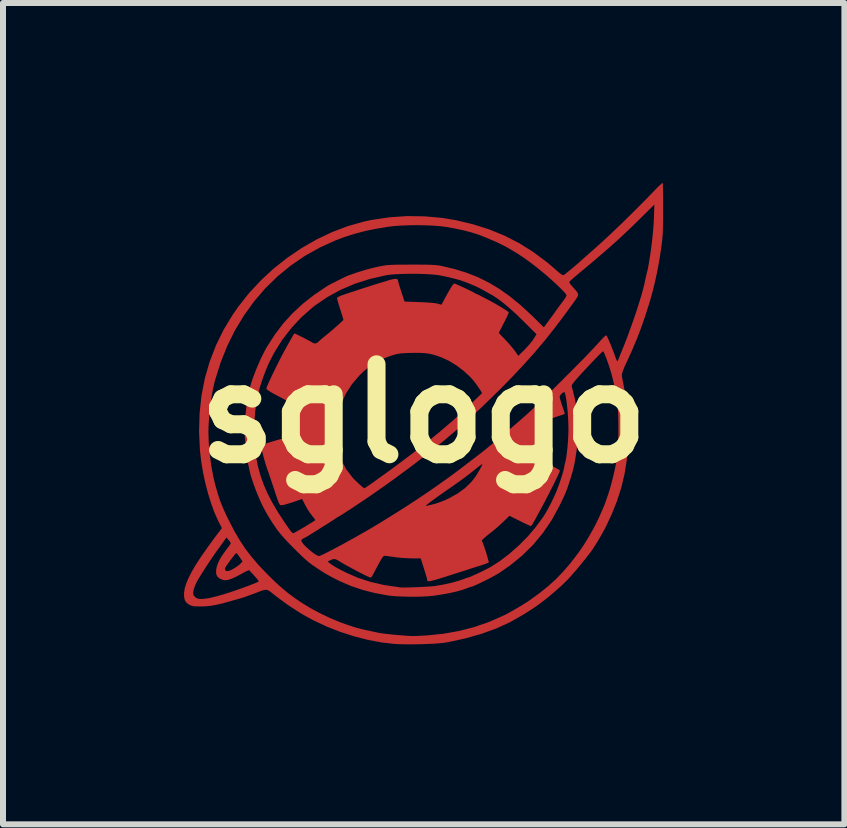
<source format=kicad_pcb>
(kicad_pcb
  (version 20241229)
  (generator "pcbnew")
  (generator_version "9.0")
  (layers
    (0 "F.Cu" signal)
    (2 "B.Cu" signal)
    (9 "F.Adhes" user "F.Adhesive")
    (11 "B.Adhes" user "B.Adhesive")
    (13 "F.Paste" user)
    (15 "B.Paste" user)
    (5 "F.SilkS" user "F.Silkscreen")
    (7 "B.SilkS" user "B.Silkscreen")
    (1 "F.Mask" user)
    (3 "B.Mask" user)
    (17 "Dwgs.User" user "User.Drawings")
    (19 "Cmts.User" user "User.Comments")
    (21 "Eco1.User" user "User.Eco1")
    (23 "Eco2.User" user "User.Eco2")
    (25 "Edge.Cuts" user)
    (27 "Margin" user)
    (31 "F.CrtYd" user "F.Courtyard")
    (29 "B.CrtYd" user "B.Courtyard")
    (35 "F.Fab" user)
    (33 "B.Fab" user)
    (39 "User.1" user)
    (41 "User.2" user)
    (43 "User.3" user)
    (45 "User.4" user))
  (footprint "sglogo"
    (layer "F.Cu")
    (at 4.014 3.846)
    (property "Reference" "sglogo" (at 0 0 0) (layer "F.SilkS") (effects (font (size 1.5 1.5) (thickness 0.3))))
    (attr board_only exclude_from_pos_files exclude_from_bom)
    (fp_poly (pts (xy 3.985 -3.846) (xy 3.987 -3.831) (xy 3.989 -3.794) (xy 3.99 -3.738) (xy 3.991 -3.665) (xy 3.992 -3.578) (xy 3.992 -3.481) (xy 3.992 -3.405) (xy 3.992 -3.281) (xy 3.991 -3.178) (xy 3.989 -3.093) (xy 3.987 -3.021) (xy 3.983 -2.96) (xy 3.978 -2.903) (xy 3.972 -2.849) (xy 3.965 -2.792) (xy 3.963 -2.78) (xy 3.945 -2.657) (xy 3.928 -2.551) (xy 3.911 -2.456) (xy 3.893 -2.364) (xy 3.872 -2.267) (xy 3.847 -2.158) (xy 3.825 -2.067) (xy 3.8 -1.974) (xy 3.769 -1.865) (xy 3.732 -1.747) (xy 3.693 -1.625) (xy 3.652 -1.505) (xy 3.612 -1.394) (xy 3.575 -1.297) (xy 3.552 -1.239) (xy 3.542 -1.216) (xy 3.525 -1.176) (xy 3.505 -1.127) (xy 3.498 -1.111) (xy 3.476 -1.058) (xy 3.446 -0.992) (xy 3.413 -0.919) (xy 3.38 -0.848) (xy 3.38 -0.848) (xy 3.347 -0.776) (xy 3.323 -0.715) (xy 3.308 -0.669) (xy 3.304 -0.645) (xy 3.307 -0.614) (xy 3.315 -0.566) (xy 3.326 -0.511) (xy 3.33 -0.491) (xy 3.377 -0.245) (xy 3.407 0.012) (xy 3.418 0.271) (xy 3.411 0.524) (xy 3.41 0.53) (xy 3.386 0.779) (xy 3.348 1.012) (xy 3.295 1.235) (xy 3.225 1.453) (xy 3.137 1.674) (xy 3.042 1.878) (xy 3.005 1.949) (xy 2.96 2.029) (xy 2.912 2.112) (xy 2.864 2.19) (xy 2.82 2.258) (xy 2.791 2.299) (xy 2.713 2.401) (xy 2.63 2.504) (xy 2.548 2.603) (xy 2.47 2.692) (xy 2.401 2.768) (xy 2.376 2.793) (xy 2.286 2.88) (xy 2.185 2.969) (xy 2.08 3.058) (xy 1.974 3.141) (xy 1.875 3.214) (xy 1.788 3.272) (xy 1.785 3.274) (xy 1.74 3.302) (xy 1.686 3.336) (xy 1.637 3.366) (xy 1.432 3.482) (xy 1.208 3.584) (xy 0.965 3.672) (xy 0.7 3.747) (xy 0.415 3.809) (xy 0.387 3.814) (xy 0.321 3.824) (xy 0.235 3.832) (xy 0.133 3.838) (xy 0.021 3.843) (xy -0.096 3.846) (xy -0.213 3.848) (xy -0.324 3.847) (xy -0.425 3.844) (xy -0.494 3.84) (xy -0.709 3.815) (xy -0.934 3.772) (xy -1.165 3.712) (xy -1.395 3.638) (xy -1.619 3.55) (xy -1.832 3.45) (xy -1.938 3.393) (xy -1.992 3.363) (xy -2.04 3.335) (xy -2.087 3.306) (xy -2.139 3.272) (xy -2.202 3.231) (xy -2.28 3.179) (xy -2.28 3.179) (xy -2.312 3.156) (xy -2.358 3.122) (xy -2.413 3.081) (xy -2.47 3.038) (xy -2.477 3.032) (xy -2.526 2.994) (xy -2.563 2.965) (xy -2.593 2.947) (xy -2.62 2.938) (xy -2.65 2.939) (xy -2.688 2.949) (xy -2.738 2.967) (xy -2.805 2.993) (xy -2.838 3.005) (xy -2.898 3.027) (xy -2.952 3.047) (xy -2.995 3.062) (xy -3.018 3.069) (xy -3.046 3.078) (xy -3.092 3.091) (xy -3.148 3.107) (xy -3.185 3.117) (xy -3.304 3.151) (xy -3.403 3.176) (xy -3.489 3.195) (xy -3.566 3.207) (xy -3.638 3.213) (xy -3.71 3.216) (xy -3.776 3.215) (xy -3.824 3.213) (xy -3.859 3.207) (xy -3.887 3.198) (xy -3.904 3.19) (xy -3.952 3.157) (xy -3.982 3.113) (xy -3.995 3.055) (xy -3.995 3) (xy -3.844 3) (xy -3.838 3.026) (xy -3.82 3.05) (xy -3.791 3.074) (xy -3.756 3.088) (xy -3.709 3.092) (xy -3.648 3.087) (xy -3.567 3.074) (xy -3.549 3.07) (xy -3.454 3.047) (xy -3.341 3.015) (xy -3.212 2.974) (xy -3.073 2.926) (xy -2.927 2.873) (xy -2.78 2.815) (xy -2.769 2.811) (xy -2.756 2.805) (xy -2.752 2.796) (xy -2.758 2.782) (xy -2.777 2.757) (xy -2.811 2.718) (xy -2.819 2.709) (xy -2.855 2.669) (xy -2.885 2.637) (xy -2.905 2.616) (xy -2.91 2.612) (xy -2.925 2.615) (xy -2.957 2.629) (xy -3.002 2.652) (xy -3.047 2.677) (xy -3.138 2.725) (xy -3.211 2.757) (xy -3.27 2.775) (xy -3.319 2.778) (xy -3.344 2.774) (xy -3.405 2.749) (xy -3.443 2.714) (xy -3.461 2.666) (xy -3.46 2.603) (xy -3.458 2.593) (xy -3.315 2.593) (xy -3.305 2.615) (xy -3.305 2.615) (xy -3.284 2.627) (xy -3.25 2.624) (xy -3.203 2.604) (xy -3.155 2.577) (xy -3.112 2.549) (xy -3.073 2.519) (xy -3.054 2.501) (xy -3.02 2.466) (xy -3.067 2.395) (xy -3.092 2.359) (xy -3.113 2.334) (xy -3.124 2.325) (xy -3.135 2.334) (xy -3.157 2.36) (xy -3.186 2.397) (xy -3.219 2.44) (xy -3.251 2.484) (xy -3.28 2.524) (xy -3.3 2.555) (xy -3.306 2.566) (xy -3.315 2.593) (xy -3.458 2.593) (xy -3.453 2.568) (xy -3.436 2.511) (xy -3.411 2.453) (xy -3.376 2.39) (xy -3.327 2.318) (xy -3.265 2.235) (xy -3.239 2.201) (xy -3.222 2.173) (xy -3.217 2.161) (xy -3.224 2.145) (xy -3.243 2.118) (xy -3.252 2.108) (xy -3.288 2.065) (xy -3.339 2.138) (xy -3.373 2.185) (xy -3.407 2.233) (xy -3.43 2.264) (xy -3.471 2.321) (xy -3.519 2.39) (xy -3.57 2.466) (xy -3.622 2.545) (xy -3.672 2.623) (xy -3.717 2.694) (xy -3.754 2.754) (xy -3.78 2.8) (xy -3.786 2.812) (xy -3.81 2.864) (xy -3.829 2.917) (xy -3.84 2.959) (xy -3.84 2.961) (xy -3.844 3) (xy -3.995 3) (xy -3.995 2.986) (xy -3.984 2.914) (xy -3.959 2.832) (xy -3.92 2.74) (xy -3.866 2.635) (xy -3.797 2.517) (xy -3.711 2.385) (xy -3.608 2.238) (xy -3.489 2.074) (xy -3.431 1.998) (xy -3.364 1.909) (xy -3.425 1.791) (xy -3.485 1.657) (xy -3.542 1.503) (xy -3.595 1.334) (xy -3.641 1.156) (xy -3.68 0.973) (xy -3.71 0.791) (xy -3.73 0.616) (xy -3.744 0.315) (xy -3.589 0.315) (xy -3.583 0.494) (xy -3.567 0.683) (xy -3.541 0.873) (xy -3.507 1.055) (xy -3.475 1.188) (xy -3.447 1.288) (xy -3.421 1.374) (xy -3.395 1.45) (xy -3.366 1.524) (xy -3.333 1.603) (xy -3.292 1.692) (xy -3.248 1.782) (xy -3.159 1.954) (xy -3.068 2.11) (xy -2.972 2.255) (xy -2.865 2.394) (xy -2.745 2.534) (xy -2.606 2.679) (xy -2.582 2.703) (xy -2.467 2.815) (xy -2.361 2.91) (xy -2.258 2.995) (xy -2.152 3.074) (xy -2.036 3.153) (xy -2.035 3.154) (xy -1.883 3.246) (xy -1.718 3.334) (xy -1.549 3.414) (xy -1.383 3.483) (xy -1.265 3.525) (xy -1.214 3.541) (xy -1.165 3.557) (xy -1.143 3.564) (xy -1.098 3.577) (xy -1.031 3.594) (xy -0.947 3.613) (xy -0.85 3.634) (xy -0.751 3.655) (xy -0.697 3.664) (xy -0.623 3.673) (xy -0.533 3.683) (xy -0.432 3.692) (xy -0.325 3.701) (xy -0.217 3.708) (xy -0.188 3.709) (xy -0.166 3.709) (xy -0.122 3.708) (xy -0.063 3.705) (xy 0.006 3.701) (xy 0.062 3.698) (xy 0.328 3.671) (xy 0.589 3.625) (xy 0.841 3.56) (xy 1.081 3.477) (xy 1.201 3.426) (xy 1.249 3.404) (xy 1.299 3.382) (xy 1.312 3.376) (xy 1.36 3.354) (xy 1.423 3.32) (xy 1.496 3.279) (xy 1.574 3.234) (xy 1.65 3.188) (xy 1.718 3.145) (xy 1.772 3.109) (xy 1.934 2.992) (xy 2.077 2.877) (xy 2.206 2.76) (xy 2.326 2.635) (xy 2.443 2.499) (xy 2.562 2.345) (xy 2.599 2.294) (xy 2.665 2.197) (xy 2.734 2.087) (xy 2.802 1.969) (xy 2.865 1.853) (xy 2.917 1.746) (xy 2.934 1.708) (xy 2.958 1.654) (xy 2.979 1.607) (xy 2.994 1.572) (xy 2.999 1.56) (xy 3.015 1.522) (xy 3.035 1.467) (xy 3.058 1.4) (xy 3.082 1.33) (xy 3.103 1.262) (xy 3.12 1.204) (xy 3.126 1.182) (xy 3.16 1.049) (xy 3.186 0.934) (xy 3.207 0.833) (xy 3.223 0.739) (xy 3.234 0.647) (xy 3.241 0.552) (xy 3.245 0.447) (xy 3.247 0.328) (xy 3.247 0.25) (xy 3.246 0.104) (xy 3.242 -0.022) (xy 3.234 -0.136) (xy 3.222 -0.243) (xy 3.205 -0.349) (xy 3.181 -0.461) (xy 3.151 -0.585) (xy 3.131 -0.661) (xy 3.114 -0.719) (xy 3.094 -0.783) (xy 3.072 -0.848) (xy 3.05 -0.91) (xy 3.028 -0.965) (xy 3.01 -1.008) (xy 2.997 -1.034) (xy 2.992 -1.04) (xy 2.98 -1.031) (xy 2.953 -1.006) (xy 2.915 -0.968) (xy 2.868 -0.92) (xy 2.815 -0.864) (xy 2.758 -0.804) (xy 2.7 -0.742) (xy 2.645 -0.683) (xy 2.594 -0.627) (xy 2.551 -0.579) (xy 2.519 -0.541) (xy 2.515 -0.537) (xy 2.487 -0.501) (xy 2.472 -0.477) (xy 2.469 -0.457) (xy 2.474 -0.431) (xy 2.478 -0.419) (xy 2.524 -0.235) (xy 2.555 -0.037) (xy 2.571 0.17) (xy 2.571 0.378) (xy 2.554 0.581) (xy 2.549 0.616) (xy 2.533 0.727) (xy 2.517 0.82) (xy 2.499 0.904) (xy 2.478 0.985) (xy 2.451 1.074) (xy 2.435 1.124) (xy 2.414 1.189) (xy 2.397 1.24) (xy 2.381 1.283) (xy 2.365 1.324) (xy 2.346 1.367) (xy 2.322 1.418) (xy 2.291 1.483) (xy 2.263 1.54) (xy 2.136 1.773) (xy 1.991 1.987) (xy 1.827 2.185) (xy 1.643 2.367) (xy 1.438 2.534) (xy 1.265 2.654) (xy 1.22 2.681) (xy 1.164 2.712) (xy 1.099 2.747) (xy 1.03 2.782) (xy 0.963 2.815) (xy 0.9 2.845) (xy 0.847 2.868) (xy 0.808 2.884) (xy 0.788 2.889) (xy 0.768 2.894) (xy 0.737 2.906) (xy 0.734 2.907) (xy 0.649 2.938) (xy 0.542 2.968) (xy 0.417 2.996) (xy 0.279 3.02) (xy 0.155 3.038) (xy 0.071 3.046) (xy -0.03 3.051) (xy -0.142 3.054) (xy -0.258 3.053) (xy -0.371 3.05) (xy -0.476 3.045) (xy -0.565 3.036) (xy -0.604 3.031) (xy -0.822 2.99) (xy -1.021 2.939) (xy -1.208 2.876) (xy -1.388 2.799) (xy -1.493 2.747) (xy -1.551 2.716) (xy -1.6 2.689) (xy -1.647 2.662) (xy -1.697 2.631) (xy -1.754 2.593) (xy -1.824 2.546) (xy -1.868 2.516) (xy -1.914 2.481) (xy -1.932 2.466) (xy -1.602 2.466) (xy -1.566 2.495) (xy -1.532 2.52) (xy -1.494 2.545) (xy -1.446 2.573) (xy -1.384 2.605) (xy -1.305 2.646) (xy -1.284 2.656) (xy -1.091 2.74) (xy -0.883 2.807) (xy -0.666 2.857) (xy -0.539 2.877) (xy -0.486 2.884) (xy -0.441 2.89) (xy -0.411 2.895) (xy -0.405 2.896) (xy -0.378 2.899) (xy -0.331 2.9) (xy -0.268 2.899) (xy -0.193 2.897) (xy -0.112 2.894) (xy -0.03 2.89) (xy 0.049 2.886) (xy 0.12 2.881) (xy 0.177 2.876) (xy 0.212 2.871) (xy 0.348 2.847) (xy 0.472 2.819) (xy 0.58 2.789) (xy 0.668 2.759) (xy 0.683 2.753) (xy 0.714 2.741) (xy 0.735 2.735) (xy 0.735 2.735) (xy 0.754 2.73) (xy 0.791 2.715) (xy 0.84 2.693) (xy 0.898 2.667) (xy 0.959 2.638) (xy 1.019 2.608) (xy 1.072 2.581) (xy 1.105 2.564) (xy 1.265 2.463) (xy 1.426 2.341) (xy 1.583 2.203) (xy 1.732 2.053) (xy 1.867 1.895) (xy 1.986 1.733) (xy 2.024 1.673) (xy 2.067 1.6) (xy 2.113 1.513) (xy 2.158 1.421) (xy 2.198 1.335) (xy 2.219 1.284) (xy 2.241 1.226) (xy 2.265 1.16) (xy 2.288 1.091) (xy 2.309 1.025) (xy 2.326 0.966) (xy 2.338 0.92) (xy 2.343 0.892) (xy 2.344 0.89) (xy 2.348 0.856) (xy 2.356 0.83) (xy 2.367 0.788) (xy 2.378 0.726) (xy 2.389 0.647) (xy 2.398 0.558) (xy 2.406 0.464) (xy 2.411 0.368) (xy 2.414 0.278) (xy 2.414 0.257) (xy 2.412 0.173) (xy 2.409 0.084) (xy 2.403 -0.005) (xy 2.395 -0.092) (xy 2.386 -0.173) (xy 2.376 -0.243) (xy 2.366 -0.3) (xy 2.356 -0.34) (xy 2.346 -0.359) (xy 2.344 -0.36) (xy 2.321 -0.35) (xy 2.295 -0.327) (xy 2.274 -0.3) (xy 2.266 -0.281) (xy 2.271 -0.259) (xy 2.282 -0.219) (xy 2.298 -0.167) (xy 2.312 -0.126) (xy 2.33 -0.073) (xy 2.344 -0.03) (xy 2.352 -0.002) (xy 2.353 0.006) (xy 2.341 0.01) (xy 2.308 0.022) (xy 2.259 0.038) (xy 2.199 0.058) (xy 2.162 0.07) (xy 1.975 0.133) (xy 1.967 0.346) (xy 1.963 0.446) (xy 1.959 0.525) (xy 1.955 0.587) (xy 1.95 0.636) (xy 1.943 0.675) (xy 1.935 0.71) (xy 1.934 0.713) (xy 1.928 0.74) (xy 1.933 0.758) (xy 1.952 0.774) (xy 1.976 0.788) (xy 2.011 0.807) (xy 2.061 0.834) (xy 2.117 0.863) (xy 2.147 0.878) (xy 2.197 0.903) (xy 2.238 0.926) (xy 2.264 0.942) (xy 2.272 0.948) (xy 2.268 0.963) (xy 2.254 0.996) (xy 2.232 1.047) (xy 2.201 1.11) (xy 2.166 1.183) (xy 2.136 1.241) (xy 2.084 1.343) (xy 2.039 1.431) (xy 1.997 1.51) (xy 1.955 1.588) (xy 1.91 1.671) (xy 1.858 1.766) (xy 1.824 1.827) (xy 1.806 1.856) (xy 1.79 1.873) (xy 1.786 1.875) (xy 1.771 1.869) (xy 1.737 1.854) (xy 1.689 1.832) (xy 1.631 1.804) (xy 1.602 1.789) (xy 1.43 1.704) (xy 1.332 1.8) (xy 1.28 1.848) (xy 1.226 1.897) (xy 1.176 1.939) (xy 1.156 1.956) (xy 1.108 1.993) (xy 1.059 2.033) (xy 1.024 2.063) (xy 0.969 2.112) (xy 1.003 2.202) (xy 1.019 2.248) (xy 1.037 2.302) (xy 1.054 2.359) (xy 1.069 2.412) (xy 1.08 2.454) (xy 1.085 2.479) (xy 1.085 2.481) (xy 1.074 2.488) (xy 1.043 2.501) (xy 1 2.516) (xy 0.979 2.523) (xy 0.936 2.537) (xy 0.873 2.557) (xy 0.796 2.581) (xy 0.711 2.609) (xy 0.621 2.638) (xy 0.578 2.651) (xy 0.452 2.692) (xy 0.348 2.725) (xy 0.264 2.751) (xy 0.198 2.771) (xy 0.148 2.784) (xy 0.111 2.792) (xy 0.086 2.795) (xy 0.07 2.794) (xy 0.062 2.789) (xy 0.058 2.78) (xy 0.058 2.769) (xy 0.055 2.753) (xy 0.047 2.721) (xy 0.032 2.67) (xy 0.01 2.601) (xy -0.019 2.509) (xy -0.027 2.482) (xy -0.049 2.414) (xy -0.192 2.414) (xy -0.269 2.412) (xy -0.358 2.406) (xy -0.444 2.398) (xy -0.482 2.393) (xy -0.543 2.384) (xy -0.596 2.377) (xy -0.635 2.372) (xy -0.653 2.371) (xy -0.664 2.374) (xy -0.677 2.386) (xy -0.694 2.409) (xy -0.717 2.446) (xy -0.746 2.498) (xy -0.784 2.569) (xy -0.832 2.659) (xy -0.85 2.693) (xy -0.867 2.721) (xy -0.883 2.735) (xy -0.885 2.735) (xy -0.903 2.729) (xy -0.939 2.713) (xy -0.989 2.689) (xy -1.05 2.658) (xy -1.116 2.624) (xy -1.183 2.588) (xy -1.248 2.553) (xy -1.307 2.52) (xy -1.355 2.493) (xy -1.368 2.485) (xy -1.42 2.453) (xy -1.456 2.433) (xy -1.484 2.425) (xy -1.508 2.426) (xy -1.535 2.436) (xy -1.547 2.441) (xy -1.602 2.466) (xy -1.932 2.466) (xy -1.973 2.43) (xy -2.04 2.368) (xy -2.113 2.297) (xy -2.188 2.222) (xy -2.261 2.147) (xy -2.284 2.122) (xy -2.039 2.122) (xy -2.03 2.143) (xy -2.006 2.176) (xy -1.968 2.216) (xy -1.921 2.259) (xy -1.871 2.301) (xy -1.822 2.337) (xy -1.779 2.363) (xy -1.747 2.375) (xy -1.742 2.376) (xy -1.725 2.37) (xy -1.69 2.354) (xy -1.64 2.33) (xy -1.581 2.3) (xy -1.536 2.277) (xy -1.46 2.237) (xy -1.379 2.194) (xy -1.303 2.152) (xy -1.238 2.116) (xy -1.22 2.106) (xy -1.166 2.076) (xy -1.118 2.049) (xy -1.083 2.029) (xy -1.066 2.019) (xy -0.967 1.964) (xy -0.852 1.896) (xy -0.725 1.82) (xy -0.591 1.737) (xy -0.453 1.651) (xy -0.317 1.565) (xy -0.277 1.539) (xy 0.038 1.539) (xy 0.058 1.536) (xy 0.095 1.527) (xy 0.128 1.52) (xy 0.193 1.503) (xy 0.271 1.477) (xy 0.355 1.444) (xy 0.417 1.415) (xy 0.562 1.335) (xy 0.689 1.243) (xy 0.794 1.14) (xy 0.858 1.059) (xy 0.886 1.017) (xy 0.914 0.969) (xy 0.941 0.923) (xy 0.962 0.882) (xy 0.976 0.852) (xy 0.979 0.839) (xy 0.968 0.846) (xy 0.941 0.865) (xy 0.902 0.895) (xy 0.856 0.932) (xy 0.852 0.935) (xy 0.802 0.975) (xy 0.756 1.011) (xy 0.713 1.044) (xy 0.667 1.078) (xy 0.617 1.115) (xy 0.558 1.157) (xy 0.488 1.207) (xy 0.402 1.266) (xy 0.313 1.328) (xy 0.23 1.387) (xy 0.157 1.44) (xy 0.098 1.484) (xy 0.055 1.518) (xy 0.039 1.532) (xy 0.038 1.539) (xy -0.277 1.539) (xy -0.186 1.48) (xy -0.109 1.43) (xy -0.04 1.383) (xy 0.02 1.343) (xy 0.074 1.307) (xy 0.126 1.271) (xy 0.18 1.233) (xy 0.24 1.191) (xy 0.31 1.141) (xy 0.395 1.081) (xy 0.462 1.032) (xy 0.495 1.008) (xy 0.542 0.973) (xy 0.596 0.933) (xy 0.642 0.897) (xy 0.703 0.851) (xy 0.767 0.802) (xy 0.826 0.757) (xy 0.859 0.732) (xy 0.945 0.666) (xy 1.045 0.586) (xy 1.156 0.495) (xy 1.275 0.396) (xy 1.397 0.293) (xy 1.519 0.189) (xy 1.637 0.087) (xy 1.684 0.045) (xy 1.74 -0.005) (xy 1.811 -0.071) (xy 1.893 -0.15) (xy 1.985 -0.238) (xy 2.084 -0.335) (xy 2.188 -0.437) (xy 2.294 -0.541) (xy 2.399 -0.647) (xy 2.502 -0.75) (xy 2.6 -0.849) (xy 2.691 -0.941) (xy 2.771 -1.025) (xy 2.839 -1.096) (xy 2.892 -1.154) (xy 2.914 -1.178) (xy 2.957 -1.226) (xy 2.995 -1.266) (xy 3.024 -1.293) (xy 3.04 -1.306) (xy 3.042 -1.306) (xy 3.053 -1.292) (xy 3.071 -1.258) (xy 3.094 -1.207) (xy 3.121 -1.144) (xy 3.149 -1.071) (xy 3.179 -0.992) (xy 3.191 -0.957) (xy 3.21 -0.907) (xy 3.223 -0.88) (xy 3.231 -0.872) (xy 3.237 -0.88) (xy 3.247 -0.905) (xy 3.263 -0.944) (xy 3.278 -0.982) (xy 3.335 -1.122) (xy 3.392 -1.268) (xy 3.447 -1.418) (xy 3.5 -1.567) (xy 3.549 -1.712) (xy 3.593 -1.85) (xy 3.632 -1.977) (xy 3.662 -2.088) (xy 3.685 -2.182) (xy 3.691 -2.215) (xy 3.702 -2.264) (xy 3.714 -2.314) (xy 3.715 -2.319) (xy 3.733 -2.391) (xy 3.751 -2.484) (xy 3.769 -2.592) (xy 3.787 -2.711) (xy 3.803 -2.836) (xy 3.817 -2.961) (xy 3.828 -3.081) (xy 3.836 -3.192) (xy 3.839 -3.255) (xy 3.847 -3.486) (xy 3.593 -3.235) (xy 3.471 -3.115) (xy 3.35 -3.001) (xy 3.228 -2.887) (xy 3.099 -2.772) (xy 2.961 -2.652) (xy 2.811 -2.524) (xy 2.644 -2.384) (xy 2.613 -2.359) (xy 2.558 -2.312) (xy 2.508 -2.27) (xy 2.469 -2.236) (xy 2.443 -2.213) (xy 2.436 -2.205) (xy 2.429 -2.192) (xy 2.434 -2.176) (xy 2.451 -2.151) (xy 2.483 -2.114) (xy 2.529 -2.063) (xy 2.559 -2.027) (xy 2.574 -1.998) (xy 2.574 -1.97) (xy 2.56 -1.939) (xy 2.532 -1.897) (xy 2.505 -1.859) (xy 2.338 -1.63) (xy 2.176 -1.416) (xy 2.015 -1.214) (xy 1.849 -1.017) (xy 1.674 -0.822) (xy 1.488 -0.623) (xy 1.284 -0.415) (xy 1.272 -0.403) (xy 0.96 -0.099) (xy 0.656 0.18) (xy 0.358 0.435) (xy 0.169 0.588) (xy 0.11 0.633) (xy 0.051 0.68) (xy -0.003 0.722) (xy -0.037 0.749) (xy -0.12 0.813) (xy -0.218 0.888) (xy -0.324 0.967) (xy -0.433 1.047) (xy -0.537 1.123) (xy -0.631 1.19) (xy -0.646 1.201) (xy -0.698 1.237) (xy -0.752 1.275) (xy -0.796 1.306) (xy -0.802 1.31) (xy -0.849 1.343) (xy -0.907 1.383) (xy -0.973 1.428) (xy -1.044 1.475) (xy -1.117 1.524) (xy -1.188 1.571) (xy -1.253 1.614) (xy -1.311 1.651) (xy -1.357 1.681) (xy -1.388 1.701) (xy -1.402 1.708) (xy -1.402 1.708) (xy -1.415 1.715) (xy -1.442 1.731) (xy -1.462 1.744) (xy -1.488 1.762) (xy -1.514 1.779) (xy -1.545 1.799) (xy -1.585 1.825) (xy -1.639 1.859) (xy -1.689 1.89) (xy -1.787 1.952) (xy -1.865 2.001) (xy -1.922 2.036) (xy -1.959 2.058) (xy -1.977 2.067) (xy -1.978 2.067) (xy -1.993 2.074) (xy -2.016 2.088) (xy -2.037 2.105) (xy -2.039 2.122) (xy -2.284 2.122) (xy -2.328 2.075) (xy -2.385 2.009) (xy -2.429 1.955) (xy -2.441 1.939) (xy -2.516 1.829) (xy -2.579 1.731) (xy -2.633 1.637) (xy -2.685 1.54) (xy -2.689 1.531) (xy -2.723 1.459) (xy -2.759 1.374) (xy -2.796 1.283) (xy -2.83 1.191) (xy -2.86 1.105) (xy -2.884 1.029) (xy -2.899 0.969) (xy -2.9 0.963) (xy -2.907 0.931) (xy -2.916 0.888) (xy -2.921 0.867) (xy -2.936 0.794) (xy -2.95 0.703) (xy -2.962 0.601) (xy -2.973 0.496) (xy -2.981 0.394) (xy -2.985 0.305) (xy -2.985 0.27) (xy -2.984 0.213) (xy -2.829 0.213) (xy -2.825 0.466) (xy -2.797 0.712) (xy -2.765 0.873) (xy -2.723 1.027) (xy -2.67 1.177) (xy -2.606 1.326) (xy -2.527 1.479) (xy -2.432 1.64) (xy -2.319 1.813) (xy -2.299 1.842) (xy -2.257 1.903) (xy -2.226 1.947) (xy -2.203 1.974) (xy -2.188 1.989) (xy -2.175 1.993) (xy -2.164 1.991) (xy -2.16 1.989) (xy -2.135 1.975) (xy -2.096 1.954) (xy -2.05 1.927) (xy -2.042 1.922) (xy -1.985 1.889) (xy -1.921 1.85) (xy -1.86 1.812) (xy -1.811 1.78) (xy -1.806 1.777) (xy -1.812 1.767) (xy -1.83 1.741) (xy -1.858 1.706) (xy -1.868 1.693) (xy -1.909 1.638) (xy -1.949 1.574) (xy -1.979 1.518) (xy -2 1.475) (xy -2.017 1.443) (xy -2.027 1.426) (xy -2.028 1.425) (xy -2.042 1.429) (xy -2.072 1.439) (xy -2.102 1.45) (xy -2.199 1.483) (xy -2.278 1.507) (xy -2.336 1.523) (xy -2.372 1.528) (xy -2.373 1.528) (xy -2.385 1.527) (xy -2.396 1.521) (xy -2.406 1.506) (xy -2.419 1.48) (xy -2.434 1.439) (xy -2.455 1.379) (xy -2.477 1.313) (xy -2.511 1.21) (xy -2.538 1.129) (xy -2.559 1.067) (xy -2.575 1.02) (xy -2.586 0.986) (xy -2.595 0.962) (xy -2.601 0.946) (xy -2.601 0.944) (xy -2.618 0.898) (xy -2.636 0.841) (xy -2.654 0.777) (xy -2.672 0.712) (xy -2.688 0.65) (xy -2.701 0.597) (xy -2.71 0.556) (xy -2.712 0.533) (xy -2.711 0.53) (xy -2.695 0.523) (xy -2.66 0.51) (xy -2.611 0.493) (xy -2.554 0.475) (xy -2.494 0.457) (xy -2.437 0.44) (xy -2.388 0.426) (xy -2.353 0.418) (xy -2.318 0.41) (xy -2.318 0.314) (xy -1.457 0.314) (xy -1.447 0.487) (xy -1.416 0.648) (xy -1.363 0.796) (xy -1.287 0.934) (xy -1.189 1.063) (xy -1.172 1.081) (xy -1.142 1.112) (xy -1.105 1.148) (xy -1.066 1.184) (xy -1.031 1.215) (xy -1.003 1.237) (xy -0.989 1.246) (xy -0.989 1.246) (xy -0.977 1.239) (xy -0.949 1.221) (xy -0.913 1.196) (xy -0.909 1.194) (xy -0.865 1.163) (xy -0.823 1.133) (xy -0.796 1.113) (xy -0.767 1.093) (xy -0.726 1.062) (xy -0.679 1.029) (xy -0.668 1.021) (xy -0.558 0.942) (xy -0.433 0.849) (xy -0.36 0.795) (xy -0.322 0.766) (xy -0.275 0.731) (xy -0.231 0.698) (xy 0.025 0.501) (xy 0.261 0.31) (xy 0.482 0.121) (xy 0.692 -0.07) (xy 0.776 -0.151) (xy 0.975 -0.342) (xy 0.95 -0.381) (xy 0.904 -0.451) (xy 0.866 -0.505) (xy 0.829 -0.552) (xy 0.787 -0.598) (xy 0.772 -0.615) (xy 0.665 -0.714) (xy 0.546 -0.804) (xy 0.421 -0.88) (xy 0.302 -0.935) (xy 0.219 -0.965) (xy 0.147 -0.986) (xy 0.079 -1.001) (xy 0.007 -1.009) (xy -0.075 -1.013) (xy -0.174 -1.012) (xy -0.191 -1.012) (xy -0.273 -1.01) (xy -0.336 -1.007) (xy -0.385 -1.003) (xy -0.427 -0.997) (xy -0.467 -0.988) (xy -0.512 -0.975) (xy -0.544 -0.965) (xy -0.677 -0.916) (xy -0.794 -0.859) (xy -0.901 -0.788) (xy -1.005 -0.701) (xy -1.073 -0.634) (xy -1.196 -0.49) (xy -1.296 -0.335) (xy -1.371 -0.17) (xy -1.424 0.004) (xy -1.452 0.188) (xy -1.457 0.314) (xy -2.318 0.314) (xy -2.318 0.199) (xy -2.316 0.092) (xy -2.312 0.006) (xy -2.305 -0.064) (xy -2.296 -0.11) (xy -2.286 -0.16) (xy -2.281 -0.19) (xy -2.283 -0.207) (xy -2.29 -0.217) (xy -2.299 -0.223) (xy -2.32 -0.234) (xy -2.357 -0.255) (xy -2.408 -0.282) (xy -2.465 -0.312) (xy -2.472 -0.316) (xy -2.534 -0.35) (xy -2.582 -0.38) (xy -2.613 -0.403) (xy -2.624 -0.416) (xy -2.62 -0.433) (xy -2.605 -0.47) (xy -2.581 -0.524) (xy -2.551 -0.589) (xy -2.515 -0.665) (xy -2.475 -0.746) (xy -2.434 -0.83) (xy -2.391 -0.914) (xy -2.35 -0.994) (xy -2.311 -1.066) (xy -2.277 -1.128) (xy -2.276 -1.13) (xy -2.244 -1.186) (xy -2.215 -1.237) (xy -2.192 -1.278) (xy -2.18 -1.3) (xy -2.165 -1.325) (xy -2.153 -1.335) (xy -2.153 -1.335) (xy -2.137 -1.33) (xy -2.105 -1.315) (xy -2.061 -1.293) (xy -2.01 -1.268) (xy -1.959 -1.241) (xy -1.912 -1.216) (xy -1.875 -1.196) (xy -1.853 -1.183) (xy -1.85 -1.18) (xy -1.822 -1.169) (xy -1.789 -1.173) (xy -1.764 -1.19) (xy -1.747 -1.206) (xy -1.715 -1.234) (xy -1.673 -1.27) (xy -1.631 -1.304) (xy -1.572 -1.352) (xy -1.51 -1.405) (xy -1.453 -1.455) (xy -1.426 -1.479) (xy -1.337 -1.562) (xy -1.36 -1.638) (xy -1.376 -1.691) (xy -1.396 -1.753) (xy -1.414 -1.81) (xy -1.429 -1.859) (xy -1.439 -1.899) (xy -1.445 -1.924) (xy -1.445 -1.927) (xy -1.437 -1.938) (xy -1.414 -1.951) (xy -1.372 -1.969) (xy -1.309 -1.991) (xy -1.255 -2.009) (xy -1.138 -2.047) (xy -1.042 -2.079) (xy -0.964 -2.104) (xy -0.902 -2.124) (xy -0.852 -2.14) (xy -0.812 -2.153) (xy -0.779 -2.163) (xy -0.749 -2.172) (xy -0.72 -2.181) (xy -0.713 -2.183) (xy -0.657 -2.2) (xy -0.602 -2.217) (xy -0.561 -2.23) (xy -0.56 -2.23) (xy -0.499 -2.244) (xy -0.457 -2.246) (xy -0.433 -2.236) (xy -0.429 -2.225) (xy -0.425 -2.205) (xy -0.415 -2.166) (xy -0.399 -2.113) (xy -0.379 -2.051) (xy -0.374 -2.035) (xy -0.319 -1.868) (xy -0.07 -1.859) (xy 0.025 -1.855) (xy 0.107 -1.849) (xy 0.174 -1.843) (xy 0.222 -1.836) (xy 0.238 -1.832) (xy 0.297 -1.815) (xy 0.352 -1.919) (xy 0.401 -2.008) (xy 0.442 -2.079) (xy 0.474 -2.131) (xy 0.498 -2.161) (xy 0.51 -2.17) (xy 0.525 -2.165) (xy 0.558 -2.151) (xy 0.604 -2.13) (xy 0.657 -2.106) (xy 0.712 -2.08) (xy 0.764 -2.055) (xy 0.807 -2.034) (xy 0.836 -2.018) (xy 0.841 -2.015) (xy 0.868 -2.001) (xy 0.892 -1.99) (xy 0.924 -1.976) (xy 0.944 -1.966) (xy 0.965 -1.953) (xy 1.001 -1.935) (xy 1.034 -1.918) (xy 1.098 -1.885) (xy 1.165 -1.848) (xy 1.232 -1.81) (xy 1.293 -1.774) (xy 1.347 -1.74) (xy 1.388 -1.713) (xy 1.413 -1.694) (xy 1.419 -1.686) (xy 1.413 -1.669) (xy 1.398 -1.634) (xy 1.375 -1.586) (xy 1.346 -1.528) (xy 1.335 -1.507) (xy 1.252 -1.345) (xy 1.358 -1.234) (xy 1.408 -1.181) (xy 1.457 -1.125) (xy 1.499 -1.073) (xy 1.522 -1.043) (xy 1.578 -0.963) (xy 1.682 -1.065) (xy 1.73 -1.116) (xy 1.777 -1.17) (xy 1.816 -1.22) (xy 1.833 -1.246) (xy 1.882 -1.323) (xy 1.666 -1.538) (xy 1.549 -1.652) (xy 1.437 -1.753) (xy 1.332 -1.841) (xy 1.238 -1.913) (xy 1.162 -1.963) (xy 1.094 -2.002) (xy 1.025 -2.041) (xy 0.96 -2.077) (xy 0.904 -2.105) (xy 0.864 -2.124) (xy 0.86 -2.126) (xy 0.817 -2.144) (xy 0.777 -2.161) (xy 0.77 -2.164) (xy 0.692 -2.195) (xy 0.61 -2.223) (xy 0.518 -2.249) (xy 0.413 -2.275) (xy 0.289 -2.301) (xy 0.214 -2.313) (xy 0.12 -2.321) (xy 0.011 -2.327) (xy -0.107 -2.331) (xy -0.227 -2.331) (xy -0.345 -2.329) (xy -0.455 -2.324) (xy -0.552 -2.317) (xy -0.629 -2.306) (xy -0.629 -2.306) (xy -0.896 -2.245) (xy -1.147 -2.165) (xy -1.382 -2.065) (xy -1.602 -1.945) (xy -1.809 -1.804) (xy -1.856 -1.767) (xy -2.039 -1.606) (xy -2.208 -1.424) (xy -2.36 -1.227) (xy -2.492 -1.016) (xy -2.569 -0.867) (xy -2.601 -0.797) (xy -2.634 -0.716) (xy -2.666 -0.631) (xy -2.696 -0.548) (xy -2.721 -0.471) (xy -2.74 -0.407) (xy -2.749 -0.365) (xy -2.758 -0.323) (xy -2.768 -0.286) (xy -2.769 -0.284) (xy -2.775 -0.26) (xy -2.783 -0.216) (xy -2.792 -0.157) (xy -2.802 -0.088) (xy -2.808 -0.045) (xy -2.829 0.213) (xy -2.984 0.213) (xy -2.984 0.2) (xy -2.979 0.118) (xy -2.971 0.028) (xy -2.962 -0.063) (xy -2.952 -0.15) (xy -2.94 -0.227) (xy -2.929 -0.289) (xy -2.921 -0.321) (xy -2.91 -0.363) (xy -2.902 -0.403) (xy -2.902 -0.403) (xy -2.89 -0.462) (xy -2.867 -0.539) (xy -2.835 -0.628) (xy -2.797 -0.726) (xy -2.755 -0.826) (xy -2.71 -0.926) (xy -2.664 -1.019) (xy -2.62 -1.101) (xy -2.61 -1.117) (xy -2.48 -1.32) (xy -2.34 -1.504) (xy -2.186 -1.673) (xy -2.017 -1.83) (xy -1.828 -1.978) (xy -1.618 -2.12) (xy -1.605 -2.128) (xy -1.576 -2.145) (xy -1.53 -2.169) (xy -1.474 -2.197) (xy -1.414 -2.228) (xy -1.355 -2.257) (xy -1.303 -2.281) (xy -1.265 -2.299) (xy -1.252 -2.304) (xy -1.102 -2.356) (xy -0.965 -2.398) (xy -0.833 -2.433) (xy -0.732 -2.455) (xy -0.689 -2.463) (xy -0.649 -2.47) (xy -0.607 -2.475) (xy -0.561 -2.478) (xy -0.505 -2.481) (xy -0.437 -2.483) (xy -0.353 -2.483) (xy -0.248 -2.484) (xy -0.199 -2.484) (xy -0.081 -2.484) (xy 0.014 -2.483) (xy 0.091 -2.482) (xy 0.153 -2.479) (xy 0.203 -2.476) (xy 0.245 -2.471) (xy 0.282 -2.465) (xy 0.302 -2.461) (xy 0.517 -2.41) (xy 0.717 -2.348) (xy 0.905 -2.274) (xy 1.085 -2.185) (xy 1.26 -2.08) (xy 1.433 -1.958) (xy 1.608 -1.815) (xy 1.787 -1.651) (xy 1.843 -1.597) (xy 2.004 -1.438) (xy 2.105 -1.576) (xy 2.147 -1.633) (xy 2.187 -1.689) (xy 2.221 -1.736) (xy 2.245 -1.769) (xy 2.246 -1.77) (xy 2.277 -1.813) (xy 2.314 -1.862) (xy 2.334 -1.888) (xy 2.359 -1.925) (xy 2.377 -1.956) (xy 2.382 -1.972) (xy 2.373 -1.99) (xy 2.346 -2.023) (xy 2.304 -2.067) (xy 2.251 -2.12) (xy 2.187 -2.18) (xy 2.116 -2.244) (xy 2.041 -2.31) (xy 2.01 -2.336) (xy 1.888 -2.436) (xy 1.778 -2.521) (xy 1.674 -2.596) (xy 1.571 -2.664) (xy 1.461 -2.731) (xy 1.406 -2.762) (xy 1.352 -2.792) (xy 1.301 -2.818) (xy 1.248 -2.844) (xy 1.188 -2.871) (xy 1.114 -2.903) (xy 1.027 -2.94) (xy 0.914 -2.984) (xy 0.793 -3.022) (xy 0.659 -3.057) (xy 0.507 -3.089) (xy 0.391 -3.11) (xy 0.291 -3.123) (xy 0.172 -3.133) (xy 0.039 -3.139) (xy -0.1 -3.142) (xy -0.239 -3.14) (xy -0.373 -3.135) (xy -0.494 -3.127) (xy -0.584 -3.116) (xy -0.791 -3.082) (xy -0.979 -3.043) (xy -1.154 -2.997) (xy -1.321 -2.944) (xy -1.464 -2.89) (xy -1.729 -2.77) (xy -1.979 -2.63) (xy -2.215 -2.469) (xy -2.435 -2.289) (xy -2.639 -2.09) (xy -2.825 -1.874) (xy -2.994 -1.64) (xy -3.145 -1.391) (xy -3.276 -1.126) (xy -3.387 -0.847) (xy -3.479 -0.554) (xy -3.491 -0.507) (xy -3.52 -0.376) (xy -3.545 -0.226) (xy -3.566 -0.068) (xy -3.58 0.092) (xy -3.588 0.245) (xy -3.589 0.315) (xy -3.744 0.315) (xy -3.745 0.3) (xy -3.736 -0.006) (xy -3.704 -0.303) (xy -3.648 -0.59) (xy -3.567 -0.869) (xy -3.463 -1.138) (xy -3.335 -1.399) (xy -3.182 -1.651) (xy -3.089 -1.785) (xy -2.91 -2.011) (xy -2.712 -2.223) (xy -2.499 -2.42) (xy -2.272 -2.599) (xy -2.033 -2.761) (xy -1.784 -2.904) (xy -1.529 -3.025) (xy -1.267 -3.125) (xy -1.003 -3.2) (xy -0.873 -3.228) (xy -0.579 -3.272) (xy -0.28 -3.293) (xy 0.019 -3.289) (xy 0.315 -3.262) (xy 0.546 -3.223) (xy 0.831 -3.154) (xy 1.099 -3.069) (xy 1.352 -2.965) (xy 1.592 -2.842) (xy 1.823 -2.697) (xy 2.047 -2.531) (xy 2.174 -2.424) (xy 2.23 -2.374) (xy 2.271 -2.34) (xy 2.3 -2.32) (xy 2.319 -2.31) (xy 2.332 -2.309) (xy 2.341 -2.313) (xy 2.374 -2.339) (xy 2.417 -2.374) (xy 2.465 -2.413) (xy 2.512 -2.452) (xy 2.553 -2.487) (xy 2.584 -2.513) (xy 2.6 -2.528) (xy 2.617 -2.544) (xy 2.649 -2.572) (xy 2.692 -2.611) (xy 2.742 -2.654) (xy 2.761 -2.671) (xy 2.872 -2.769) (xy 2.998 -2.883) (xy 3.133 -3.009) (xy 3.276 -3.145) (xy 3.422 -3.288) (xy 3.568 -3.433) (xy 3.712 -3.578) (xy 3.849 -3.72) (xy 3.857 -3.728) (xy 3.901 -3.774) (xy 3.94 -3.81) (xy 3.968 -3.836) (xy 3.984 -3.846)) (stroke (width 0) (type solid)) (fill yes) (layer "F.Cu"))
    (fp_poly (pts (xy 3.985 -3.846) (xy 3.987 -3.831) (xy 3.989 -3.794) (xy 3.99 -3.738) (xy 3.991 -3.665) (xy 3.992 -3.578) (xy 3.992 -3.481) (xy 3.992 -3.405) (xy 3.992 -3.281) (xy 3.991 -3.178) (xy 3.989 -3.093) (xy 3.987 -3.021) (xy 3.983 -2.96) (xy 3.978 -2.903) (xy 3.972 -2.849) (xy 3.965 -2.792) (xy 3.963 -2.78) (xy 3.945 -2.657) (xy 3.928 -2.551) (xy 3.911 -2.456) (xy 3.893 -2.364) (xy 3.872 -2.267) (xy 3.847 -2.158) (xy 3.825 -2.067) (xy 3.8 -1.974) (xy 3.769 -1.865) (xy 3.732 -1.747) (xy 3.693 -1.625) (xy 3.652 -1.505) (xy 3.612 -1.394) (xy 3.575 -1.297) (xy 3.552 -1.239) (xy 3.542 -1.216) (xy 3.525 -1.176) (xy 3.505 -1.127) (xy 3.498 -1.111) (xy 3.476 -1.058) (xy 3.446 -0.992) (xy 3.413 -0.919) (xy 3.38 -0.848) (xy 3.38 -0.848) (xy 3.347 -0.776) (xy 3.323 -0.715) (xy 3.308 -0.669) (xy 3.304 -0.645) (xy 3.307 -0.614) (xy 3.315 -0.566) (xy 3.326 -0.511) (xy 3.33 -0.491) (xy 3.377 -0.245) (xy 3.407 0.012) (xy 3.418 0.271) (xy 3.411 0.524) (xy 3.41 0.53) (xy 3.386 0.779) (xy 3.348 1.012) (xy 3.295 1.235) (xy 3.225 1.453) (xy 3.137 1.674) (xy 3.042 1.878) (xy 3.005 1.949) (xy 2.96 2.029) (xy 2.912 2.112) (xy 2.864 2.19) (xy 2.82 2.258) (xy 2.791 2.299) (xy 2.713 2.401) (xy 2.63 2.504) (xy 2.548 2.603) (xy 2.47 2.692) (xy 2.401 2.768) (xy 2.376 2.793) (xy 2.286 2.88) (xy 2.185 2.969) (xy 2.08 3.058) (xy 1.974 3.141) (xy 1.875 3.214) (xy 1.788 3.272) (xy 1.785 3.274) (xy 1.74 3.302) (xy 1.686 3.336) (xy 1.637 3.366) (xy 1.432 3.482) (xy 1.208 3.584) (xy 0.965 3.672) (xy 0.7 3.747) (xy 0.415 3.809) (xy 0.387 3.814) (xy 0.321 3.824) (xy 0.235 3.832) (xy 0.133 3.838) (xy 0.021 3.843) (xy -0.096 3.846) (xy -0.213 3.848) (xy -0.324 3.847) (xy -0.425 3.844) (xy -0.494 3.84) (xy -0.709 3.815) (xy -0.934 3.772) (xy -1.165 3.712) (xy -1.395 3.638) (xy -1.619 3.55) (xy -1.832 3.45) (xy -1.938 3.393) (xy -1.992 3.363) (xy -2.04 3.335) (xy -2.087 3.306) (xy -2.139 3.272) (xy -2.202 3.231) (xy -2.28 3.179) (xy -2.28 3.179) (xy -2.312 3.156) (xy -2.358 3.122) (xy -2.413 3.081) (xy -2.47 3.038) (xy -2.477 3.032) (xy -2.526 2.994) (xy -2.563 2.965) (xy -2.593 2.947) (xy -2.62 2.938) (xy -2.65 2.939) (xy -2.688 2.949) (xy -2.738 2.967) (xy -2.805 2.993) (xy -2.838 3.005) (xy -2.898 3.027) (xy -2.952 3.047) (xy -2.995 3.062) (xy -3.018 3.069) (xy -3.046 3.078) (xy -3.092 3.091) (xy -3.148 3.107) (xy -3.185 3.117) (xy -3.304 3.151) (xy -3.403 3.176) (xy -3.489 3.195) (xy -3.566 3.207) (xy -3.638 3.213) (xy -3.71 3.216) (xy -3.776 3.215) (xy -3.824 3.213) (xy -3.859 3.207) (xy -3.887 3.198) (xy -3.904 3.19) (xy -3.952 3.157) (xy -3.982 3.113) (xy -3.995 3.055) (xy -3.995 3) (xy -3.844 3) (xy -3.838 3.026) (xy -3.82 3.05) (xy -3.791 3.074) (xy -3.756 3.088) (xy -3.709 3.092) (xy -3.648 3.087) (xy -3.567 3.074) (xy -3.549 3.07) (xy -3.454 3.047) (xy -3.341 3.015) (xy -3.212 2.974) (xy -3.073 2.926) (xy -2.927 2.873) (xy -2.78 2.815) (xy -2.769 2.811) (xy -2.756 2.805) (xy -2.752 2.796) (xy -2.758 2.782) (xy -2.777 2.757) (xy -2.811 2.718) (xy -2.819 2.709) (xy -2.855 2.669) (xy -2.885 2.637) (xy -2.905 2.616) (xy -2.91 2.612) (xy -2.925 2.615) (xy -2.957 2.629) (xy -3.002 2.652) (xy -3.047 2.677) (xy -3.138 2.725) (xy -3.211 2.757) (xy -3.27 2.775) (xy -3.319 2.778) (xy -3.344 2.774) (xy -3.405 2.749) (xy -3.443 2.714) (xy -3.461 2.666) (xy -3.46 2.603) (xy -3.458 2.593) (xy -3.315 2.593) (xy -3.305 2.615) (xy -3.305 2.615) (xy -3.284 2.627) (xy -3.25 2.624) (xy -3.203 2.604) (xy -3.155 2.577) (xy -3.112 2.549) (xy -3.073 2.519) (xy -3.054 2.501) (xy -3.02 2.466) (xy -3.067 2.395) (xy -3.092 2.359) (xy -3.113 2.334) (xy -3.124 2.325) (xy -3.135 2.334) (xy -3.157 2.36) (xy -3.186 2.397) (xy -3.219 2.44) (xy -3.251 2.484) (xy -3.28 2.524) (xy -3.3 2.555) (xy -3.306 2.566) (xy -3.315 2.593) (xy -3.458 2.593) (xy -3.453 2.568) (xy -3.436 2.511) (xy -3.411 2.453) (xy -3.376 2.39) (xy -3.327 2.318) (xy -3.265 2.235) (xy -3.239 2.201) (xy -3.222 2.173) (xy -3.217 2.161) (xy -3.224 2.145) (xy -3.243 2.118) (xy -3.252 2.108) (xy -3.288 2.065) (xy -3.339 2.138) (xy -3.373 2.185) (xy -3.407 2.233) (xy -3.43 2.264) (xy -3.471 2.321) (xy -3.519 2.39) (xy -3.57 2.466) (xy -3.622 2.545) (xy -3.672 2.623) (xy -3.717 2.694) (xy -3.754 2.754) (xy -3.78 2.8) (xy -3.786 2.812) (xy -3.81 2.864) (xy -3.829 2.917) (xy -3.84 2.959) (xy -3.84 2.961) (xy -3.844 3) (xy -3.995 3) (xy -3.995 2.986) (xy -3.984 2.914) (xy -3.959 2.832) (xy -3.92 2.74) (xy -3.866 2.635) (xy -3.797 2.517) (xy -3.711 2.385) (xy -3.608 2.238) (xy -3.489 2.074) (xy -3.431 1.998) (xy -3.364 1.909) (xy -3.425 1.791) (xy -3.485 1.657) (xy -3.542 1.503) (xy -3.595 1.334) (xy -3.641 1.156) (xy -3.68 0.973) (xy -3.71 0.791) (xy -3.73 0.616) (xy -3.744 0.315) (xy -3.589 0.315) (xy -3.583 0.494) (xy -3.567 0.683) (xy -3.541 0.873) (xy -3.507 1.055) (xy -3.475 1.188) (xy -3.447 1.288) (xy -3.421 1.374) (xy -3.395 1.45) (xy -3.366 1.524) (xy -3.333 1.603) (xy -3.292 1.692) (xy -3.248 1.782) (xy -3.159 1.954) (xy -3.068 2.11) (xy -2.972 2.255) (xy -2.865 2.394) (xy -2.745 2.534) (xy -2.606 2.679) (xy -2.582 2.703) (xy -2.467 2.815) (xy -2.361 2.91) (xy -2.258 2.995) (xy -2.152 3.074) (xy -2.036 3.153) (xy -2.035 3.154) (xy -1.883 3.246) (xy -1.718 3.334) (xy -1.549 3.414) (xy -1.383 3.483) (xy -1.265 3.525) (xy -1.214 3.541) (xy -1.165 3.557) (xy -1.143 3.564) (xy -1.098 3.577) (xy -1.031 3.594) (xy -0.947 3.613) (xy -0.85 3.634) (xy -0.751 3.655) (xy -0.697 3.664) (xy -0.623 3.673) (xy -0.533 3.683) (xy -0.432 3.692) (xy -0.325 3.701) (xy -0.217 3.708) (xy -0.188 3.709) (xy -0.166 3.709) (xy -0.122 3.708) (xy -0.063 3.705) (xy 0.006 3.701) (xy 0.062 3.698) (xy 0.328 3.671) (xy 0.589 3.625) (xy 0.841 3.56) (xy 1.081 3.477) (xy 1.201 3.426) (xy 1.249 3.404) (xy 1.299 3.382) (xy 1.312 3.376) (xy 1.36 3.354) (xy 1.423 3.32) (xy 1.496 3.279) (xy 1.574 3.234) (xy 1.65 3.188) (xy 1.718 3.145) (xy 1.772 3.109) (xy 1.934 2.992) (xy 2.077 2.877) (xy 2.206 2.76) (xy 2.326 2.635) (xy 2.443 2.499) (xy 2.562 2.345) (xy 2.599 2.294) (xy 2.665 2.197) (xy 2.734 2.087) (xy 2.802 1.969) (xy 2.865 1.853) (xy 2.917 1.746) (xy 2.934 1.708) (xy 2.958 1.654) (xy 2.979 1.607) (xy 2.994 1.572) (xy 2.999 1.56) (xy 3.015 1.522) (xy 3.035 1.467) (xy 3.058 1.4) (xy 3.082 1.33) (xy 3.103 1.262) (xy 3.12 1.204) (xy 3.126 1.182) (xy 3.16 1.049) (xy 3.186 0.934) (xy 3.207 0.833) (xy 3.223 0.739) (xy 3.234 0.647) (xy 3.241 0.552) (xy 3.245 0.447) (xy 3.247 0.328) (xy 3.247 0.25) (xy 3.246 0.104) (xy 3.242 -0.022) (xy 3.234 -0.136) (xy 3.222 -0.243) (xy 3.205 -0.349) (xy 3.181 -0.461) (xy 3.151 -0.585) (xy 3.131 -0.661) (xy 3.114 -0.719) (xy 3.094 -0.783) (xy 3.072 -0.848) (xy 3.05 -0.91) (xy 3.028 -0.965) (xy 3.01 -1.008) (xy 2.997 -1.034) (xy 2.992 -1.04) (xy 2.98 -1.031) (xy 2.953 -1.006) (xy 2.915 -0.968) (xy 2.868 -0.92) (xy 2.815 -0.864) (xy 2.758 -0.804) (xy 2.7 -0.742) (xy 2.645 -0.683) (xy 2.594 -0.627) (xy 2.551 -0.579) (xy 2.519 -0.541) (xy 2.515 -0.537) (xy 2.487 -0.501) (xy 2.472 -0.477) (xy 2.469 -0.457) (xy 2.474 -0.431) (xy 2.478 -0.419) (xy 2.524 -0.235) (xy 2.555 -0.037) (xy 2.571 0.17) (xy 2.571 0.378) (xy 2.554 0.581) (xy 2.549 0.616) (xy 2.533 0.727) (xy 2.517 0.82) (xy 2.499 0.904) (xy 2.478 0.985) (xy 2.451 1.074) (xy 2.435 1.124) (xy 2.414 1.189) (xy 2.397 1.24) (xy 2.381 1.283) (xy 2.365 1.324) (xy 2.346 1.367) (xy 2.322 1.418) (xy 2.291 1.483) (xy 2.263 1.54) (xy 2.136 1.773) (xy 1.991 1.987) (xy 1.827 2.185) (xy 1.643 2.367) (xy 1.438 2.534) (xy 1.265 2.654) (xy 1.22 2.681) (xy 1.164 2.712) (xy 1.099 2.747) (xy 1.03 2.782) (xy 0.963 2.815) (xy 0.9 2.845) (xy 0.847 2.868) (xy 0.808 2.884) (xy 0.788 2.889) (xy 0.768 2.894) (xy 0.737 2.906) (xy 0.734 2.907) (xy 0.649 2.938) (xy 0.542 2.968) (xy 0.417 2.996) (xy 0.279 3.02) (xy 0.155 3.038) (xy 0.071 3.046) (xy -0.03 3.051) (xy -0.142 3.054) (xy -0.258 3.053) (xy -0.371 3.05) (xy -0.476 3.045) (xy -0.565 3.036) (xy -0.604 3.031) (xy -0.822 2.99) (xy -1.021 2.939) (xy -1.208 2.876) (xy -1.388 2.799) (xy -1.493 2.747) (xy -1.551 2.716) (xy -1.6 2.689) (xy -1.647 2.662) (xy -1.697 2.631) (xy -1.754 2.593) (xy -1.824 2.546) (xy -1.868 2.516) (xy -1.914 2.481) (xy -1.932 2.466) (xy -1.602 2.466) (xy -1.566 2.495) (xy -1.532 2.52) (xy -1.494 2.545) (xy -1.446 2.573) (xy -1.384 2.605) (xy -1.305 2.646) (xy -1.284 2.656) (xy -1.091 2.74) (xy -0.883 2.807) (xy -0.666 2.857) (xy -0.539 2.877) (xy -0.486 2.884) (xy -0.441 2.89) (xy -0.411 2.895) (xy -0.405 2.896) (xy -0.378 2.899) (xy -0.331 2.9) (xy -0.268 2.899) (xy -0.193 2.897) (xy -0.112 2.894) (xy -0.03 2.89) (xy 0.049 2.886) (xy 0.12 2.881) (xy 0.177 2.876) (xy 0.212 2.871) (xy 0.348 2.847) (xy 0.472 2.819) (xy 0.58 2.789) (xy 0.668 2.759) (xy 0.683 2.753) (xy 0.714 2.741) (xy 0.735 2.735) (xy 0.735 2.735) (xy 0.754 2.73) (xy 0.791 2.715) (xy 0.84 2.693) (xy 0.898 2.667) (xy 0.959 2.638) (xy 1.019 2.608) (xy 1.072 2.581) (xy 1.105 2.564) (xy 1.265 2.463) (xy 1.426 2.341) (xy 1.583 2.203) (xy 1.732 2.053) (xy 1.867 1.895) (xy 1.986 1.733) (xy 2.024 1.673) (xy 2.067 1.6) (xy 2.113 1.513) (xy 2.158 1.421) (xy 2.198 1.335) (xy 2.219 1.284) (xy 2.241 1.226) (xy 2.265 1.16) (xy 2.288 1.091) (xy 2.309 1.025) (xy 2.326 0.966) (xy 2.338 0.92) (xy 2.343 0.892) (xy 2.344 0.89) (xy 2.348 0.856) (xy 2.356 0.83) (xy 2.367 0.788) (xy 2.378 0.726) (xy 2.389 0.647) (xy 2.398 0.558) (xy 2.406 0.464) (xy 2.411 0.368) (xy 2.414 0.278) (xy 2.414 0.257) (xy 2.412 0.173) (xy 2.409 0.084) (xy 2.403 -0.005) (xy 2.395 -0.092) (xy 2.386 -0.173) (xy 2.376 -0.243) (xy 2.366 -0.3) (xy 2.356 -0.34) (xy 2.346 -0.359) (xy 2.344 -0.36) (xy 2.321 -0.35) (xy 2.295 -0.327) (xy 2.274 -0.3) (xy 2.266 -0.281) (xy 2.271 -0.259) (xy 2.282 -0.219) (xy 2.298 -0.167) (xy 2.312 -0.126) (xy 2.33 -0.073) (xy 2.344 -0.03) (xy 2.352 -0.002) (xy 2.353 0.006) (xy 2.341 0.01) (xy 2.308 0.022) (xy 2.259 0.038) (xy 2.199 0.058) (xy 2.162 0.07) (xy 1.975 0.133) (xy 1.967 0.346) (xy 1.963 0.446) (xy 1.959 0.525) (xy 1.955 0.587) (xy 1.95 0.636) (xy 1.943 0.675) (xy 1.935 0.71) (xy 1.934 0.713) (xy 1.928 0.74) (xy 1.933 0.758) (xy 1.952 0.774) (xy 1.976 0.788) (xy 2.011 0.807) (xy 2.061 0.834) (xy 2.117 0.863) (xy 2.147 0.878) (xy 2.197 0.903) (xy 2.238 0.926) (xy 2.264 0.942) (xy 2.272 0.948) (xy 2.268 0.963) (xy 2.254 0.996) (xy 2.232 1.047) (xy 2.201 1.11) (xy 2.166 1.183) (xy 2.136 1.241) (xy 2.084 1.343) (xy 2.039 1.431) (xy 1.997 1.51) (xy 1.955 1.588) (xy 1.91 1.671) (xy 1.858 1.766) (xy 1.824 1.827) (xy 1.806 1.856) (xy 1.79 1.873) (xy 1.786 1.875) (xy 1.771 1.869) (xy 1.737 1.854) (xy 1.689 1.832) (xy 1.631 1.804) (xy 1.602 1.789) (xy 1.43 1.704) (xy 1.332 1.8) (xy 1.28 1.848) (xy 1.226 1.897) (xy 1.176 1.939) (xy 1.156 1.956) (xy 1.108 1.993) (xy 1.059 2.033) (xy 1.024 2.063) (xy 0.969 2.112) (xy 1.003 2.202) (xy 1.019 2.248) (xy 1.037 2.302) (xy 1.054 2.359) (xy 1.069 2.412) (xy 1.08 2.454) (xy 1.085 2.479) (xy 1.085 2.481) (xy 1.074 2.488) (xy 1.043 2.501) (xy 1 2.516) (xy 0.979 2.523) (xy 0.936 2.537) (xy 0.873 2.557) (xy 0.796 2.581) (xy 0.711 2.609) (xy 0.621 2.638) (xy 0.578 2.651) (xy 0.452 2.692) (xy 0.348 2.725) (xy 0.264 2.751) (xy 0.198 2.771) (xy 0.148 2.784) (xy 0.111 2.792) (xy 0.086 2.795) (xy 0.07 2.794) (xy 0.062 2.789) (xy 0.058 2.78) (xy 0.058 2.769) (xy 0.055 2.753) (xy 0.047 2.721) (xy 0.032 2.67) (xy 0.01 2.601) (xy -0.019 2.509) (xy -0.027 2.482) (xy -0.049 2.414) (xy -0.192 2.414) (xy -0.269 2.412) (xy -0.358 2.406) (xy -0.444 2.398) (xy -0.482 2.393) (xy -0.543 2.384) (xy -0.596 2.377) (xy -0.635 2.372) (xy -0.653 2.371) (xy -0.664 2.374) (xy -0.677 2.386) (xy -0.694 2.409) (xy -0.717 2.446) (xy -0.746 2.498) (xy -0.784 2.569) (xy -0.832 2.659) (xy -0.85 2.693) (xy -0.867 2.721) (xy -0.883 2.735) (xy -0.885 2.735) (xy -0.903 2.729) (xy -0.939 2.713) (xy -0.989 2.689) (xy -1.05 2.658) (xy -1.116 2.624) (xy -1.183 2.588) (xy -1.248 2.553) (xy -1.307 2.52) (xy -1.355 2.493) (xy -1.368 2.485) (xy -1.42 2.453) (xy -1.456 2.433) (xy -1.484 2.425) (xy -1.508 2.426) (xy -1.535 2.436) (xy -1.547 2.441) (xy -1.602 2.466) (xy -1.932 2.466) (xy -1.973 2.43) (xy -2.04 2.368) (xy -2.113 2.297) (xy -2.188 2.222) (xy -2.261 2.147) (xy -2.284 2.122) (xy -2.039 2.122) (xy -2.03 2.143) (xy -2.006 2.176) (xy -1.968 2.216) (xy -1.921 2.259) (xy -1.871 2.301) (xy -1.822 2.337) (xy -1.779 2.363) (xy -1.747 2.375) (xy -1.742 2.376) (xy -1.725 2.37) (xy -1.69 2.354) (xy -1.64 2.33) (xy -1.581 2.3) (xy -1.536 2.277) (xy -1.46 2.237) (xy -1.379 2.194) (xy -1.303 2.152) (xy -1.238 2.116) (xy -1.22 2.106) (xy -1.166 2.076) (xy -1.118 2.049) (xy -1.083 2.029) (xy -1.066 2.019) (xy -0.967 1.964) (xy -0.852 1.896) (xy -0.725 1.82) (xy -0.591 1.737) (xy -0.453 1.651) (xy -0.317 1.565) (xy -0.277 1.539) (xy 0.038 1.539) (xy 0.058 1.536) (xy 0.095 1.527) (xy 0.128 1.52) (xy 0.193 1.503) (xy 0.271 1.477) (xy 0.355 1.444) (xy 0.417 1.415) (xy 0.562 1.335) (xy 0.689 1.243) (xy 0.794 1.14) (xy 0.858 1.059) (xy 0.886 1.017) (xy 0.914 0.969) (xy 0.941 0.923) (xy 0.962 0.882) (xy 0.976 0.852) (xy 0.979 0.839) (xy 0.968 0.846) (xy 0.941 0.865) (xy 0.902 0.895) (xy 0.856 0.932) (xy 0.852 0.935) (xy 0.802 0.975) (xy 0.756 1.011) (xy 0.713 1.044) (xy 0.667 1.078) (xy 0.617 1.115) (xy 0.558 1.157) (xy 0.488 1.207) (xy 0.402 1.266) (xy 0.313 1.328) (xy 0.23 1.387) (xy 0.157 1.44) (xy 0.098 1.484) (xy 0.055 1.518) (xy 0.039 1.532) (xy 0.038 1.539) (xy -0.277 1.539) (xy -0.186 1.48) (xy -0.109 1.43) (xy -0.04 1.383) (xy 0.02 1.343) (xy 0.074 1.307) (xy 0.126 1.271) (xy 0.18 1.233) (xy 0.24 1.191) (xy 0.31 1.141) (xy 0.395 1.081) (xy 0.462 1.032) (xy 0.495 1.008) (xy 0.542 0.973) (xy 0.596 0.933) (xy 0.642 0.897) (xy 0.703 0.851) (xy 0.767 0.802) (xy 0.826 0.757) (xy 0.859 0.732) (xy 0.945 0.666) (xy 1.045 0.586) (xy 1.156 0.495) (xy 1.275 0.396) (xy 1.397 0.293) (xy 1.519 0.189) (xy 1.637 0.087) (xy 1.684 0.045) (xy 1.74 -0.005) (xy 1.811 -0.071) (xy 1.893 -0.15) (xy 1.985 -0.238) (xy 2.084 -0.335) (xy 2.188 -0.437) (xy 2.294 -0.541) (xy 2.399 -0.647) (xy 2.502 -0.75) (xy 2.6 -0.849) (xy 2.691 -0.941) (xy 2.771 -1.025) (xy 2.839 -1.096) (xy 2.892 -1.154) (xy 2.914 -1.178) (xy 2.957 -1.226) (xy 2.995 -1.266) (xy 3.024 -1.293) (xy 3.04 -1.306) (xy 3.042 -1.306) (xy 3.053 -1.292) (xy 3.071 -1.258) (xy 3.094 -1.207) (xy 3.121 -1.144) (xy 3.149 -1.071) (xy 3.179 -0.992) (xy 3.191 -0.957) (xy 3.21 -0.907) (xy 3.223 -0.88) (xy 3.231 -0.872) (xy 3.237 -0.88) (xy 3.247 -0.905) (xy 3.263 -0.944) (xy 3.278 -0.982) (xy 3.335 -1.122) (xy 3.392 -1.268) (xy 3.447 -1.418) (xy 3.5 -1.567) (xy 3.549 -1.712) (xy 3.593 -1.85) (xy 3.632 -1.977) (xy 3.662 -2.088) (xy 3.685 -2.182) (xy 3.691 -2.215) (xy 3.702 -2.264) (xy 3.714 -2.314) (xy 3.715 -2.319) (xy 3.733 -2.391) (xy 3.751 -2.484) (xy 3.769 -2.592) (xy 3.787 -2.711) (xy 3.803 -2.836) (xy 3.817 -2.961) (xy 3.828 -3.081) (xy 3.836 -3.192) (xy 3.839 -3.255) (xy 3.847 -3.486) (xy 3.593 -3.235) (xy 3.471 -3.115) (xy 3.35 -3.001) (xy 3.228 -2.887) (xy 3.099 -2.772) (xy 2.961 -2.652) (xy 2.811 -2.524) (xy 2.644 -2.384) (xy 2.613 -2.359) (xy 2.558 -2.312) (xy 2.508 -2.27) (xy 2.469 -2.236) (xy 2.443 -2.213) (xy 2.436 -2.205) (xy 2.429 -2.192) (xy 2.434 -2.176) (xy 2.451 -2.151) (xy 2.483 -2.114) (xy 2.529 -2.063) (xy 2.559 -2.027) (xy 2.574 -1.998) (xy 2.574 -1.97) (xy 2.56 -1.939) (xy 2.532 -1.897) (xy 2.505 -1.859) (xy 2.338 -1.63) (xy 2.176 -1.416) (xy 2.015 -1.214) (xy 1.849 -1.017) (xy 1.674 -0.822) (xy 1.488 -0.623) (xy 1.284 -0.415) (xy 1.272 -0.403) (xy 0.96 -0.099) (xy 0.656 0.18) (xy 0.358 0.435) (xy 0.169 0.588) (xy 0.11 0.633) (xy 0.051 0.68) (xy -0.003 0.722) (xy -0.037 0.749) (xy -0.12 0.813) (xy -0.218 0.888) (xy -0.324 0.967) (xy -0.433 1.047) (xy -0.537 1.123) (xy -0.631 1.19) (xy -0.646 1.201) (xy -0.698 1.237) (xy -0.752 1.275) (xy -0.796 1.306) (xy -0.802 1.31) (xy -0.849 1.343) (xy -0.907 1.383) (xy -0.973 1.428) (xy -1.044 1.475) (xy -1.117 1.524) (xy -1.188 1.571) (xy -1.253 1.614) (xy -1.311 1.651) (xy -1.357 1.681) (xy -1.388 1.701) (xy -1.402 1.708) (xy -1.402 1.708) (xy -1.415 1.715) (xy -1.442 1.731) (xy -1.462 1.744) (xy -1.488 1.762) (xy -1.514 1.779) (xy -1.545 1.799) (xy -1.585 1.825) (xy -1.639 1.859) (xy -1.689 1.89) (xy -1.787 1.952) (xy -1.865 2.001) (xy -1.922 2.036) (xy -1.959 2.058) (xy -1.977 2.067) (xy -1.978 2.067) (xy -1.993 2.074) (xy -2.016 2.088) (xy -2.037 2.105) (xy -2.039 2.122) (xy -2.284 2.122) (xy -2.328 2.075) (xy -2.385 2.009) (xy -2.429 1.955) (xy -2.441 1.939) (xy -2.516 1.829) (xy -2.579 1.731) (xy -2.633 1.637) (xy -2.685 1.54) (xy -2.689 1.531) (xy -2.723 1.459) (xy -2.759 1.374) (xy -2.796 1.283) (xy -2.83 1.191) (xy -2.86 1.105) (xy -2.884 1.029) (xy -2.899 0.969) (xy -2.9 0.963) (xy -2.907 0.931) (xy -2.916 0.888) (xy -2.921 0.867) (xy -2.936 0.794) (xy -2.95 0.703) (xy -2.962 0.601) (xy -2.973 0.496) (xy -2.981 0.394) (xy -2.985 0.305) (xy -2.985 0.27) (xy -2.984 0.213) (xy -2.829 0.213) (xy -2.825 0.466) (xy -2.797 0.712) (xy -2.765 0.873) (xy -2.723 1.027) (xy -2.67 1.177) (xy -2.606 1.326) (xy -2.527 1.479) (xy -2.432 1.64) (xy -2.319 1.813) (xy -2.299 1.842) (xy -2.257 1.903) (xy -2.226 1.947) (xy -2.203 1.974) (xy -2.188 1.989) (xy -2.175 1.993) (xy -2.164 1.991) (xy -2.16 1.989) (xy -2.135 1.975) (xy -2.096 1.954) (xy -2.05 1.927) (xy -2.042 1.922) (xy -1.985 1.889) (xy -1.921 1.85) (xy -1.86 1.812) (xy -1.811 1.78) (xy -1.806 1.777) (xy -1.812 1.767) (xy -1.83 1.741) (xy -1.858 1.706) (xy -1.868 1.693) (xy -1.909 1.638) (xy -1.949 1.574) (xy -1.979 1.518) (xy -2 1.475) (xy -2.017 1.443) (xy -2.027 1.426) (xy -2.028 1.425) (xy -2.042 1.429) (xy -2.072 1.439) (xy -2.102 1.45) (xy -2.199 1.483) (xy -2.278 1.507) (xy -2.336 1.523) (xy -2.372 1.528) (xy -2.373 1.528) (xy -2.385 1.527) (xy -2.396 1.521) (xy -2.406 1.506) (xy -2.419 1.48) (xy -2.434 1.439) (xy -2.455 1.379) (xy -2.477 1.313) (xy -2.511 1.21) (xy -2.538 1.129) (xy -2.559 1.067) (xy -2.575 1.02) (xy -2.586 0.986) (xy -2.595 0.962) (xy -2.601 0.946) (xy -2.601 0.944) (xy -2.618 0.898) (xy -2.636 0.841) (xy -2.654 0.777) (xy -2.672 0.712) (xy -2.688 0.65) (xy -2.701 0.597) (xy -2.71 0.556) (xy -2.712 0.533) (xy -2.711 0.53) (xy -2.695 0.523) (xy -2.66 0.51) (xy -2.611 0.493) (xy -2.554 0.475) (xy -2.494 0.457) (xy -2.437 0.44) (xy -2.388 0.426) (xy -2.353 0.418) (xy -2.318 0.41) (xy -2.318 0.314) (xy -1.457 0.314) (xy -1.447 0.487) (xy -1.416 0.648) (xy -1.363 0.796) (xy -1.287 0.934) (xy -1.189 1.063) (xy -1.172 1.081) (xy -1.142 1.112) (xy -1.105 1.148) (xy -1.066 1.184) (xy -1.031 1.215) (xy -1.003 1.237) (xy -0.989 1.246) (xy -0.989 1.246) (xy -0.977 1.239) (xy -0.949 1.221) (xy -0.913 1.196) (xy -0.909 1.194) (xy -0.865 1.163) (xy -0.823 1.133) (xy -0.796 1.113) (xy -0.767 1.093) (xy -0.726 1.062) (xy -0.679 1.029) (xy -0.668 1.021) (xy -0.558 0.942) (xy -0.433 0.849) (xy -0.36 0.795) (xy -0.322 0.766) (xy -0.275 0.731) (xy -0.231 0.698) (xy 0.025 0.501) (xy 0.261 0.31) (xy 0.482 0.121) (xy 0.692 -0.07) (xy 0.776 -0.151) (xy 0.975 -0.342) (xy 0.95 -0.381) (xy 0.904 -0.451) (xy 0.866 -0.505) (xy 0.829 -0.552) (xy 0.787 -0.598) (xy 0.772 -0.615) (xy 0.665 -0.714) (xy 0.546 -0.804) (xy 0.421 -0.88) (xy 0.302 -0.935) (xy 0.219 -0.965) (xy 0.147 -0.986) (xy 0.079 -1.001) (xy 0.007 -1.009) (xy -0.075 -1.013) (xy -0.174 -1.012) (xy -0.191 -1.012) (xy -0.273 -1.01) (xy -0.336 -1.007) (xy -0.385 -1.003) (xy -0.427 -0.997) (xy -0.467 -0.988) (xy -0.512 -0.975) (xy -0.544 -0.965) (xy -0.677 -0.916) (xy -0.794 -0.859) (xy -0.901 -0.788) (xy -1.005 -0.701) (xy -1.073 -0.634) (xy -1.196 -0.49) (xy -1.296 -0.335) (xy -1.371 -0.17) (xy -1.424 0.004) (xy -1.452 0.188) (xy -1.457 0.314) (xy -2.318 0.314) (xy -2.318 0.199) (xy -2.316 0.092) (xy -2.312 0.006) (xy -2.305 -0.064) (xy -2.296 -0.11) (xy -2.286 -0.16) (xy -2.281 -0.19) (xy -2.283 -0.207) (xy -2.29 -0.217) (xy -2.299 -0.223) (xy -2.32 -0.234) (xy -2.357 -0.255) (xy -2.408 -0.282) (xy -2.465 -0.312) (xy -2.472 -0.316) (xy -2.534 -0.35) (xy -2.582 -0.38) (xy -2.613 -0.403) (xy -2.624 -0.416) (xy -2.62 -0.433) (xy -2.605 -0.47) (xy -2.581 -0.524) (xy -2.551 -0.589) (xy -2.515 -0.665) (xy -2.475 -0.746) (xy -2.434 -0.83) (xy -2.391 -0.914) (xy -2.35 -0.994) (xy -2.311 -1.066) (xy -2.277 -1.128) (xy -2.276 -1.13) (xy -2.244 -1.186) (xy -2.215 -1.237) (xy -2.192 -1.278) (xy -2.18 -1.3) (xy -2.165 -1.325) (xy -2.153 -1.335) (xy -2.153 -1.335) (xy -2.137 -1.33) (xy -2.105 -1.315) (xy -2.061 -1.293) (xy -2.01 -1.268) (xy -1.959 -1.241) (xy -1.912 -1.216) (xy -1.875 -1.196) (xy -1.853 -1.183) (xy -1.85 -1.18) (xy -1.822 -1.169) (xy -1.789 -1.173) (xy -1.764 -1.19) (xy -1.747 -1.206) (xy -1.715 -1.234) (xy -1.673 -1.27) (xy -1.631 -1.304) (xy -1.572 -1.352) (xy -1.51 -1.405) (xy -1.453 -1.455) (xy -1.426 -1.479) (xy -1.337 -1.562) (xy -1.36 -1.638) (xy -1.376 -1.691) (xy -1.396 -1.753) (xy -1.414 -1.81) (xy -1.429 -1.859) (xy -1.439 -1.899) (xy -1.445 -1.924) (xy -1.445 -1.927) (xy -1.437 -1.938) (xy -1.414 -1.951) (xy -1.372 -1.969) (xy -1.309 -1.991) (xy -1.255 -2.009) (xy -1.138 -2.047) (xy -1.042 -2.079) (xy -0.964 -2.104) (xy -0.902 -2.124) (xy -0.852 -2.14) (xy -0.812 -2.153) (xy -0.779 -2.163) (xy -0.749 -2.172) (xy -0.72 -2.181) (xy -0.713 -2.183) (xy -0.657 -2.2) (xy -0.602 -2.217) (xy -0.561 -2.23) (xy -0.56 -2.23) (xy -0.499 -2.244) (xy -0.457 -2.246) (xy -0.433 -2.236) (xy -0.429 -2.225) (xy -0.425 -2.205) (xy -0.415 -2.166) (xy -0.399 -2.113) (xy -0.379 -2.051) (xy -0.374 -2.035) (xy -0.319 -1.868) (xy -0.07 -1.859) (xy 0.025 -1.855) (xy 0.107 -1.849) (xy 0.174 -1.843) (xy 0.222 -1.836) (xy 0.238 -1.832) (xy 0.297 -1.815) (xy 0.352 -1.919) (xy 0.401 -2.008) (xy 0.442 -2.079) (xy 0.474 -2.131) (xy 0.498 -2.161) (xy 0.51 -2.17) (xy 0.525 -2.165) (xy 0.558 -2.151) (xy 0.604 -2.13) (xy 0.657 -2.106) (xy 0.712 -2.08) (xy 0.764 -2.055) (xy 0.807 -2.034) (xy 0.836 -2.018) (xy 0.841 -2.015) (xy 0.868 -2.001) (xy 0.892 -1.99) (xy 0.924 -1.976) (xy 0.944 -1.966) (xy 0.965 -1.953) (xy 1.001 -1.935) (xy 1.034 -1.918) (xy 1.098 -1.885) (xy 1.165 -1.848) (xy 1.232 -1.81) (xy 1.293 -1.774) (xy 1.347 -1.74) (xy 1.388 -1.713) (xy 1.413 -1.694) (xy 1.419 -1.686) (xy 1.413 -1.669) (xy 1.398 -1.634) (xy 1.375 -1.586) (xy 1.346 -1.528) (xy 1.335 -1.507) (xy 1.252 -1.345) (xy 1.358 -1.234) (xy 1.408 -1.181) (xy 1.457 -1.125) (xy 1.499 -1.073) (xy 1.522 -1.043) (xy 1.578 -0.963) (xy 1.682 -1.065) (xy 1.73 -1.116) (xy 1.777 -1.17) (xy 1.816 -1.22) (xy 1.833 -1.246) (xy 1.882 -1.323) (xy 1.666 -1.538) (xy 1.549 -1.652) (xy 1.437 -1.753) (xy 1.332 -1.841) (xy 1.238 -1.913) (xy 1.162 -1.963) (xy 1.094 -2.002) (xy 1.025 -2.041) (xy 0.96 -2.077) (xy 0.904 -2.105) (xy 0.864 -2.124) (xy 0.86 -2.126) (xy 0.817 -2.144) (xy 0.777 -2.161) (xy 0.77 -2.164) (xy 0.692 -2.195) (xy 0.61 -2.223) (xy 0.518 -2.249) (xy 0.413 -2.275) (xy 0.289 -2.301) (xy 0.214 -2.313) (xy 0.12 -2.321) (xy 0.011 -2.327) (xy -0.107 -2.331) (xy -0.227 -2.331) (xy -0.345 -2.329) (xy -0.455 -2.324) (xy -0.552 -2.317) (xy -0.629 -2.306) (xy -0.629 -2.306) (xy -0.896 -2.245) (xy -1.147 -2.165) (xy -1.382 -2.065) (xy -1.602 -1.945) (xy -1.809 -1.804) (xy -1.856 -1.767) (xy -2.039 -1.606) (xy -2.208 -1.424) (xy -2.36 -1.227) (xy -2.492 -1.016) (xy -2.569 -0.867) (xy -2.601 -0.797) (xy -2.634 -0.716) (xy -2.666 -0.631) (xy -2.696 -0.548) (xy -2.721 -0.471) (xy -2.74 -0.407) (xy -2.749 -0.365) (xy -2.758 -0.323) (xy -2.768 -0.286) (xy -2.769 -0.284) (xy -2.775 -0.26) (xy -2.783 -0.216) (xy -2.792 -0.157) (xy -2.802 -0.088) (xy -2.808 -0.045) (xy -2.829 0.213) (xy -2.984 0.213) (xy -2.984 0.2) (xy -2.979 0.118) (xy -2.971 0.028) (xy -2.962 -0.063) (xy -2.952 -0.15) (xy -2.94 -0.227) (xy -2.929 -0.289) (xy -2.921 -0.321) (xy -2.91 -0.363) (xy -2.902 -0.403) (xy -2.902 -0.403) (xy -2.89 -0.462) (xy -2.867 -0.539) (xy -2.835 -0.628) (xy -2.797 -0.726) (xy -2.755 -0.826) (xy -2.71 -0.926) (xy -2.664 -1.019) (xy -2.62 -1.101) (xy -2.61 -1.117) (xy -2.48 -1.32) (xy -2.34 -1.504) (xy -2.186 -1.673) (xy -2.017 -1.83) (xy -1.828 -1.978) (xy -1.618 -2.12) (xy -1.605 -2.128) (xy -1.576 -2.145) (xy -1.53 -2.169) (xy -1.474 -2.197) (xy -1.414 -2.228) (xy -1.355 -2.257) (xy -1.303 -2.281) (xy -1.265 -2.299) (xy -1.252 -2.304) (xy -1.102 -2.356) (xy -0.965 -2.398) (xy -0.833 -2.433) (xy -0.732 -2.455) (xy -0.689 -2.463) (xy -0.649 -2.47) (xy -0.607 -2.475) (xy -0.561 -2.478) (xy -0.505 -2.481) (xy -0.437 -2.483) (xy -0.353 -2.483) (xy -0.248 -2.484) (xy -0.199 -2.484) (xy -0.081 -2.484) (xy 0.014 -2.483) (xy 0.091 -2.482) (xy 0.153 -2.479) (xy 0.203 -2.476) (xy 0.245 -2.471) (xy 0.282 -2.465) (xy 0.302 -2.461) (xy 0.517 -2.41) (xy 0.717 -2.348) (xy 0.905 -2.274) (xy 1.085 -2.185) (xy 1.26 -2.08) (xy 1.433 -1.958) (xy 1.608 -1.815) (xy 1.787 -1.651) (xy 1.843 -1.597) (xy 2.004 -1.438) (xy 2.105 -1.576) (xy 2.147 -1.633) (xy 2.187 -1.689) (xy 2.221 -1.736) (xy 2.245 -1.769) (xy 2.246 -1.77) (xy 2.277 -1.813) (xy 2.314 -1.862) (xy 2.334 -1.888) (xy 2.359 -1.925) (xy 2.377 -1.956) (xy 2.382 -1.972) (xy 2.373 -1.99) (xy 2.346 -2.023) (xy 2.304 -2.067) (xy 2.251 -2.12) (xy 2.187 -2.18) (xy 2.116 -2.244) (xy 2.041 -2.31) (xy 2.01 -2.336) (xy 1.888 -2.436) (xy 1.778 -2.521) (xy 1.674 -2.596) (xy 1.571 -2.664) (xy 1.461 -2.731) (xy 1.406 -2.762) (xy 1.352 -2.792) (xy 1.301 -2.818) (xy 1.248 -2.844) (xy 1.188 -2.871) (xy 1.114 -2.903) (xy 1.027 -2.94) (xy 0.914 -2.984) (xy 0.793 -3.022) (xy 0.659 -3.057) (xy 0.507 -3.089) (xy 0.391 -3.11) (xy 0.291 -3.123) (xy 0.172 -3.133) (xy 0.039 -3.139) (xy -0.1 -3.142) (xy -0.239 -3.14) (xy -0.373 -3.135) (xy -0.494 -3.127) (xy -0.584 -3.116) (xy -0.791 -3.082) (xy -0.979 -3.043) (xy -1.154 -2.997) (xy -1.321 -2.944) (xy -1.464 -2.89) (xy -1.729 -2.77) (xy -1.979 -2.63) (xy -2.215 -2.469) (xy -2.435 -2.289) (xy -2.639 -2.09) (xy -2.825 -1.874) (xy -2.994 -1.64) (xy -3.145 -1.391) (xy -3.276 -1.126) (xy -3.387 -0.847) (xy -3.479 -0.554) (xy -3.491 -0.507) (xy -3.52 -0.376) (xy -3.545 -0.226) (xy -3.566 -0.068) (xy -3.58 0.092) (xy -3.588 0.245) (xy -3.589 0.315) (xy -3.744 0.315) (xy -3.745 0.3) (xy -3.736 -0.006) (xy -3.704 -0.303) (xy -3.648 -0.59) (xy -3.567 -0.869) (xy -3.463 -1.138) (xy -3.335 -1.399) (xy -3.182 -1.651) (xy -3.089 -1.785) (xy -2.91 -2.011) (xy -2.712 -2.223) (xy -2.499 -2.42) (xy -2.272 -2.599) (xy -2.033 -2.761) (xy -1.784 -2.904) (xy -1.529 -3.025) (xy -1.267 -3.125) (xy -1.003 -3.2) (xy -0.873 -3.228) (xy -0.579 -3.272) (xy -0.28 -3.293) (xy 0.019 -3.289) (xy 0.315 -3.262) (xy 0.546 -3.223) (xy 0.831 -3.154) (xy 1.099 -3.069) (xy 1.352 -2.965) (xy 1.592 -2.842) (xy 1.823 -2.697) (xy 2.047 -2.531) (xy 2.174 -2.424) (xy 2.23 -2.374) (xy 2.271 -2.34) (xy 2.3 -2.32) (xy 2.319 -2.31) (xy 2.332 -2.309) (xy 2.341 -2.313) (xy 2.374 -2.339) (xy 2.417 -2.374) (xy 2.465 -2.413) (xy 2.512 -2.452) (xy 2.553 -2.487) (xy 2.584 -2.513) (xy 2.6 -2.528) (xy 2.617 -2.544) (xy 2.649 -2.572) (xy 2.692 -2.611) (xy 2.742 -2.654) (xy 2.761 -2.671) (xy 2.872 -2.769) (xy 2.998 -2.883) (xy 3.133 -3.009) (xy 3.276 -3.145) (xy 3.422 -3.288) (xy 3.568 -3.433) (xy 3.712 -3.578) (xy 3.849 -3.72) (xy 3.857 -3.728) (xy 3.901 -3.774) (xy 3.94 -3.81) (xy 3.968 -3.836) (xy 3.984 -3.846)) (stroke (width 0) (type solid)) (fill yes) (layer "F.Mask")))
  (gr_rect
    (start -3 -3)
    (end 11.029 10.694)
    (stroke (width 0.1) (type default))
    (fill no)
    (layer "Edge.Cuts")))
</source>
